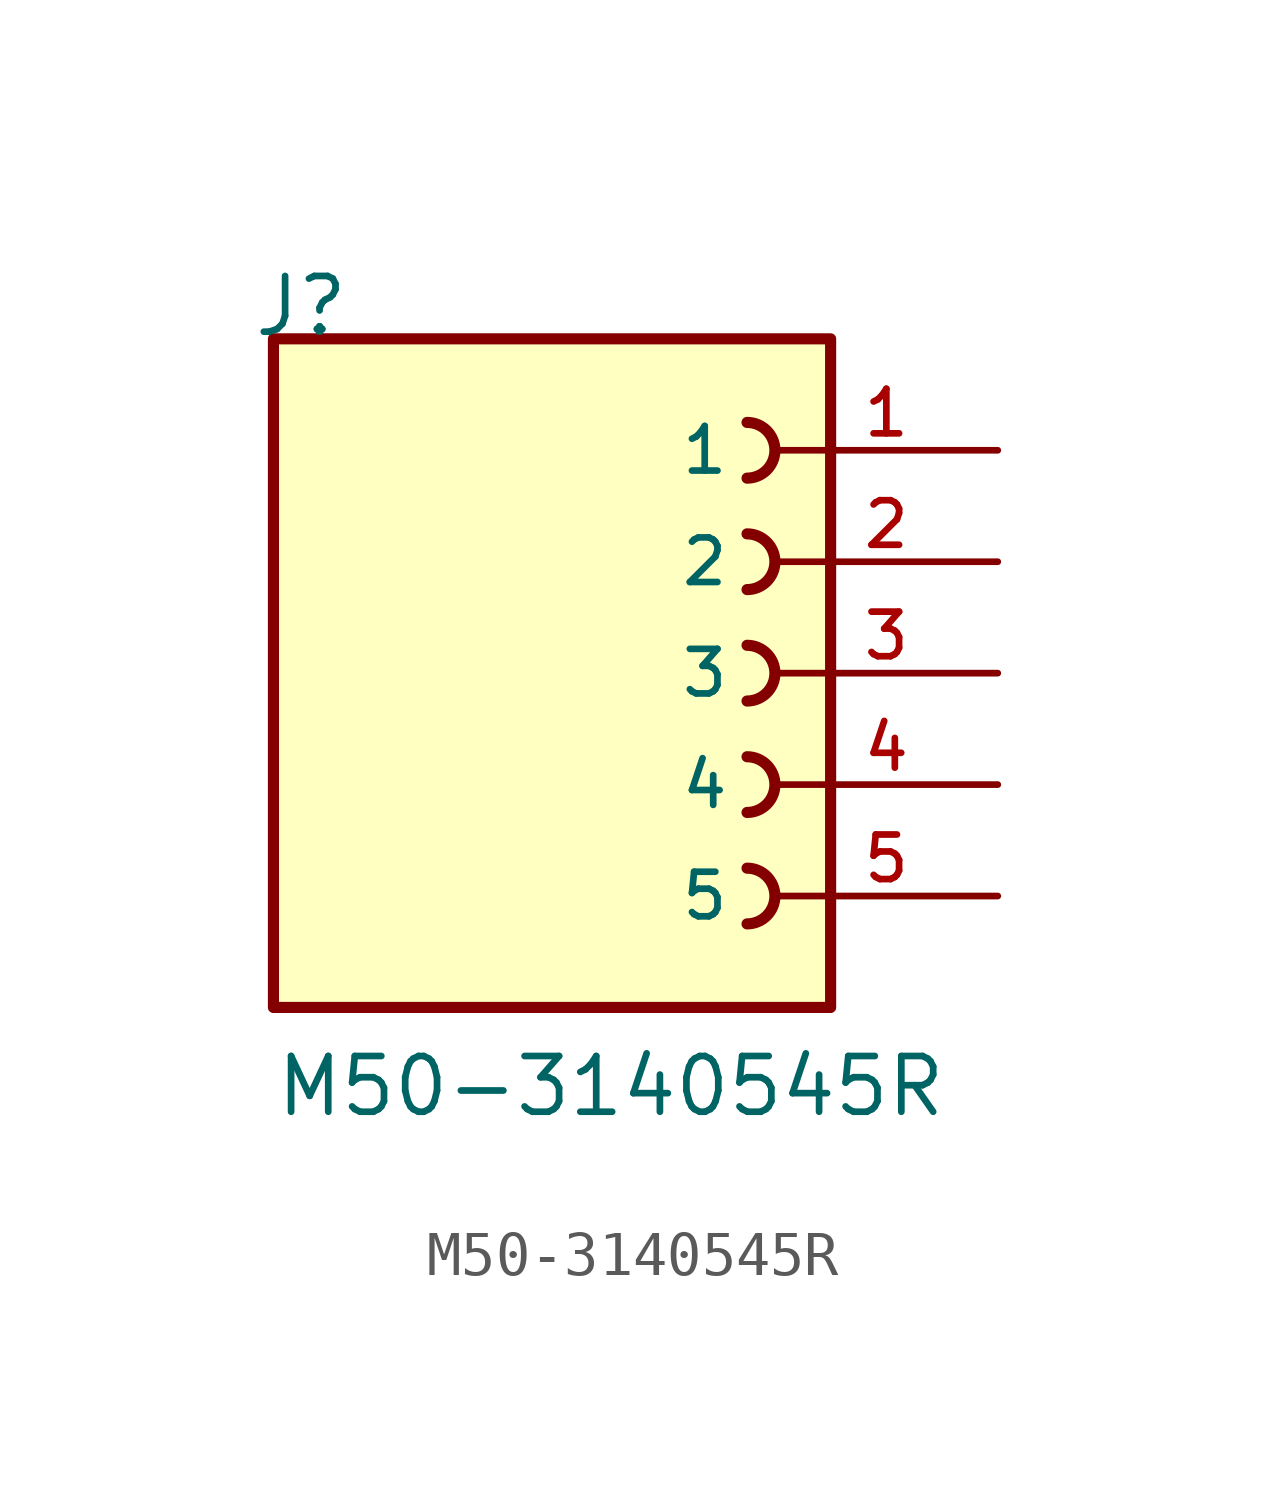
<source format=kicad_sym>
(kicad_symbol_lib
  (version 20211014)
  (generator kicad_symbol_editor)
  (symbol "M50-3140545R"
    (pin_names
      (offset 1.016))
    (property "Reference" "J"
      (at -6.85 7.62 0)
      (effects (font (size 1.27 1.27)) (justify bottom left)))
    (property "Value" "M50-3140545R"
      (at -6.35 -10.16 0)
      (effects (font (size 1.27 1.27)) (justify bottom left)))
    (symbol "M50-3140545R_0_0"
      (arc (start 4.445 5.715) (mid 5.08 5.08) (end 4.445 4.445) (stroke (width 0.254) (type default) (color 0 0 0 0)) (fill (type none)))
      (arc (start 4.445 3.175) (mid 5.08 2.54) (end 4.445 1.905) (stroke (width 0.254) (type default) (color 0 0 0 0)) (fill (type none)))
      (arc (start 4.445 0.635) (mid 5.08 -0.0) (end 4.445 -0.635) (stroke (width 0.254) (type default) (color 0 0 0 0)) (fill (type none)))
      (arc (start 4.445 -1.905) (mid 5.08 -2.54) (end 4.445 -3.175) (stroke (width 0.254) (type default) (color 0 0 0 0)) (fill (type none)))
      (arc (start 4.445 -4.445) (mid 5.08 -5.08) (end 4.445 -5.715) (stroke (width 0.254) (type default) (color 0 0 0 0)) (fill (type none)))
      (rectangle (start -6.35 -7.62) (end 6.35 7.62) (stroke (width 0.254)) (fill (type background)))
      (pin passive line (at 10.16 5.08 180.0) (length 5.08) (name "1" (effects (font (size 1.016 1.016)))) (number "1" (effects (font (size 1.016 1.016)))))
      (pin passive line (at 10.16 2.54 180.0) (length 5.08) (name "2" (effects (font (size 1.016 1.016)))) (number "2" (effects (font (size 1.016 1.016)))))
      (pin passive line (at 10.16 0.0 180.0) (length 5.08) (name "3" (effects (font (size 1.016 1.016)))) (number "3" (effects (font (size 1.016 1.016)))))
      (pin passive line (at 10.16 -2.54 180.0) (length 5.08) (name "4" (effects (font (size 1.016 1.016)))) (number "4" (effects (font (size 1.016 1.016)))))
      (pin passive line (at 10.16 -5.08 180.0) (length 5.08) (name "5" (effects (font (size 1.016 1.016)))) (number "5" (effects (font (size 1.016 1.016))))))))
</source>
